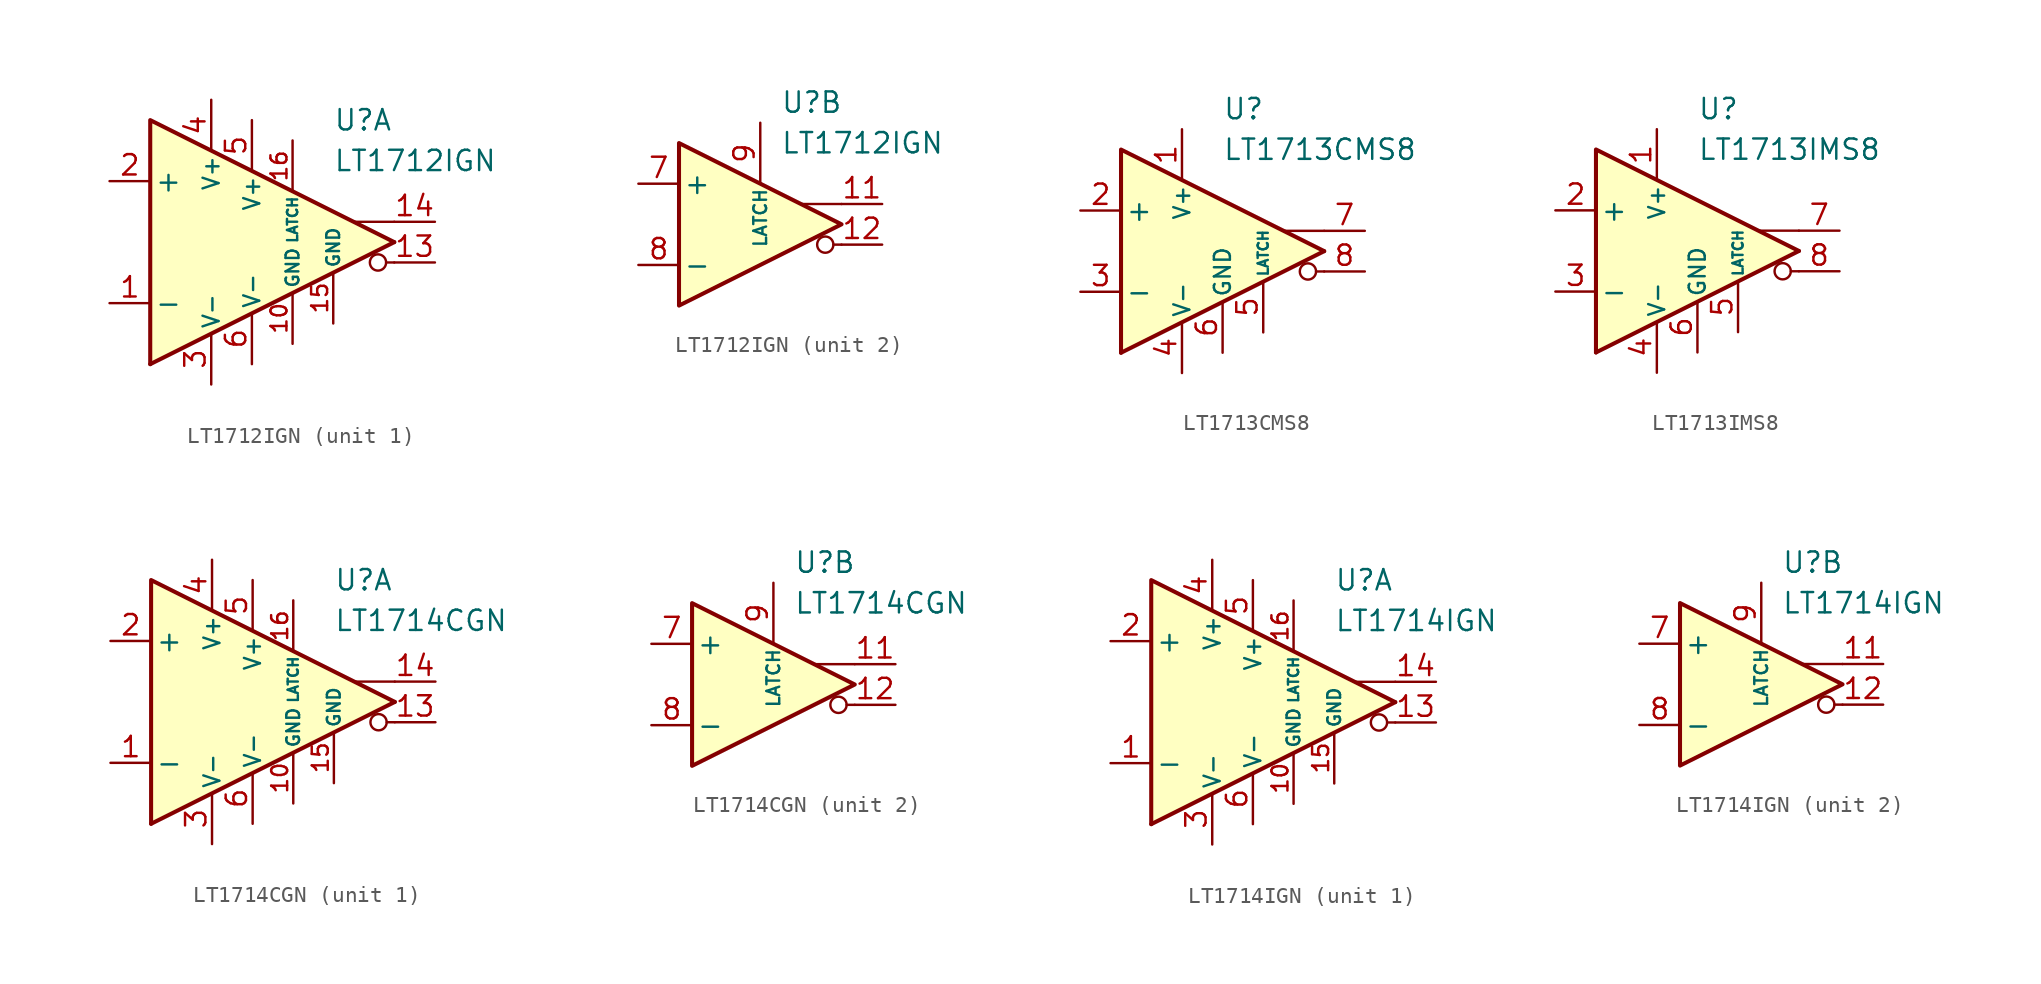
<source format=kicad_sym>
(kicad_symbol_lib
  (version 20211014)
  (generator kicad_symbol_editor)
  (symbol "LT1712IGN"
    (pin_names
      (offset 0.254))
    (property "Reference" "U"
      (at 2.54 7.62 0)
      (effects (font (size 1.27 1.27)) (justify left)))
    (property "Value" "LT1712IGN"
      (at 2.54 5.08 0)
      (effects (font (size 1.27 1.27)) (justify left)))
    (property "ki_locked" ""
      (at 0 0 0)
      (effects (font (size 1.27 1.27))))
    (symbol "LT1712IGN_0_0"
      (polyline (pts (xy 6.35 -1.27) (xy 5.842 -1.27)) (stroke (width 0.152) (type default) (color 0 0 0 0)) (fill (type none)))
      (polyline (pts (xy 6.35 1.27) (xy 3.81 1.27)) (stroke (width 0.152) (type default) (color 0 0 0 0)) (fill (type none)))
      (circle (center 5.334 -1.27) (radius 0.508) (stroke (width 0.152) (type default) (color 0 0 0 0)) (fill (type none))))
    (symbol "LT1712IGN_1_0"
      (polyline (pts (xy 6.35 0) (xy -8.89 -7.62)) (stroke (width 0.254) (type default) (color 0 0 0 0)) (fill (type none)))
      (polyline (pts (xy 6.35 0) (xy -8.89 7.62) (xy -8.89 -7.62)) (stroke (width 0.254) (type default) (color 0 0 0 0)) (fill (type background))))
    (symbol "LT1712IGN_1_1"
      (pin input line (at -11.43 -3.81 0) (length 2.54) (name "-" (effects (font (size 1.27 1.27)))) (number "1" (effects (font (size 1.27 1.27)))))
      (pin power_in line (at 0 -6.35 90) (length 3.18) (name "GND" (effects (font (size 0.8 0.8)))) (number "10" (effects (font (size 1 1)))))
      (pin output line (at 8.89 -1.27 180) (length 2.54) (name "~" (effects (font (size 1.27 1.27)))) (number "13" (effects (font (size 1.27 1.27)))))
      (pin output line (at 8.89 1.27 180) (length 2.54) (name "~" (effects (font (size 1.27 1.27)))) (number "14" (effects (font (size 1.27 1.27)))))
      (pin power_in line (at 2.54 -5.08 90) (length 3.18) (name "GND" (effects (font (size 0.8 0.8)))) (number "15" (effects (font (size 1 1)))))
      (pin input line (at 0 6.35 270) (length 3.18) (name "LATCH" (effects (font (size 0.635 0.635)))) (number "16" (effects (font (size 1 1)))))
      (pin input line (at -11.43 3.81 0) (length 2.54) (name "+" (effects (font (size 1.27 1.27)))) (number "2" (effects (font (size 1.27 1.27)))))
      (pin power_in line (at -5.08 -8.89 90) (length 3.18) (name "V-" (effects (font (size 1 1)))) (number "3" (effects (font (size 1.27 1.27)))))
      (pin power_in line (at -5.08 8.89 270) (length 3.18) (name "V+" (effects (font (size 1 1)))) (number "4" (effects (font (size 1.27 1.27)))))
      (pin power_in line (at -2.54 7.62 270) (length 3.18) (name "V+" (effects (font (size 1 1)))) (number "5" (effects (font (size 1.27 1.27)))))
      (pin power_in line (at -2.54 -7.62 90) (length 3.18) (name "V-" (effects (font (size 1 1)))) (number "6" (effects (font (size 1.27 1.27))))))
    (symbol "LT1712IGN_2_0"
      (polyline (pts (xy 6.35 0) (xy -3.81 5.08) (xy -3.81 -5.08) (xy 6.35 0)) (stroke (width 0.254) (type default) (color 0 0 0 0)) (fill (type background))))
    (symbol "LT1712IGN_2_1"
      (pin output line (at 8.89 1.27 180) (length 2.54) (name "~" (effects (font (size 1.27 1.27)))) (number "11" (effects (font (size 1.27 1.27)))))
      (pin output line (at 8.89 -1.27 180) (length 2.54) (name "~" (effects (font (size 1.27 1.27)))) (number "12" (effects (font (size 1.27 1.27)))))
      (pin input line (at -6.35 2.54 0) (length 2.54) (name "+" (effects (font (size 1.27 1.27)))) (number "7" (effects (font (size 1.27 1.27)))))
      (pin input line (at -6.35 -2.54 0) (length 2.54) (name "-" (effects (font (size 1.27 1.27)))) (number "8" (effects (font (size 1.27 1.27)))))
      (pin input line (at 1.27 6.35 270) (length 3.81) (name "LATCH" (effects (font (size 0.8 0.8)))) (number "9" (effects (font (size 1.27 1.27)))))))
  (symbol "LT1713CMS8"
    (pin_names
      (offset 0.254))
    (property "Reference" "U"
      (at 0 8.89 0)
      (effects (font (size 1.27 1.27)) (justify left)))
    (property "Value" "LT1713CMS8"
      (at 0 6.35 0)
      (effects (font (size 1.27 1.27)) (justify left)))
    (symbol "LT1713CMS8_0_0"
      (polyline (pts (xy 6.35 -1.27) (xy 5.842 -1.27)) (stroke (width 0.152) (type default) (color 0 0 0 0)) (fill (type none)))
      (polyline (pts (xy 6.35 0) (xy -6.35 -6.35)) (stroke (width 0.254) (type default) (color 0 0 0 0)) (fill (type none)))
      (polyline (pts (xy 6.35 1.27) (xy 3.81 1.27)) (stroke (width 0.152) (type default) (color 0 0 0 0)) (fill (type none)))
      (polyline (pts (xy 6.35 0) (xy -6.35 6.35) (xy -6.35 -6.35)) (stroke (width 0.254) (type default) (color 0 0 0 0)) (fill (type background)))
      (circle (center 5.334 -1.27) (radius 0.508) (stroke (width 0.152) (type default) (color 0 0 0 0)) (fill (type none))))
    (symbol "LT1713CMS8_1_1"
      (pin power_in line (at -2.54 7.62 270) (length 3.18) (name "V+" (effects (font (size 1 1)))) (number "1" (effects (font (size 1.27 1.27)))))
      (pin input line (at -8.89 2.54 0) (length 2.54) (name "+" (effects (font (size 1.27 1.27)))) (number "2" (effects (font (size 1.27 1.27)))))
      (pin input line (at -8.89 -2.54 0) (length 2.54) (name "-" (effects (font (size 1.27 1.27)))) (number "3" (effects (font (size 1.27 1.27)))))
      (pin power_in line (at -2.54 -7.62 90) (length 3.18) (name "V-" (effects (font (size 1 1)))) (number "4" (effects (font (size 1.27 1.27)))))
      (pin input line (at 2.54 -5.08 90) (length 3.18) (name "LATCH" (effects (font (size 0.635 0.635)))) (number "5" (effects (font (size 1.27 1.27)))))
      (pin power_in line (at 0 -6.35 90) (length 3.18) (name "GND" (effects (font (size 1 1)))) (number "6" (effects (font (size 1.27 1.27)))))
      (pin output line (at 8.89 1.27 180) (length 2.54) (name "~" (effects (font (size 1.27 1.27)))) (number "7" (effects (font (size 1.27 1.27)))))
      (pin output line (at 8.89 -1.27 180) (length 2.54) (name "~" (effects (font (size 1.27 1.27)))) (number "8" (effects (font (size 1.27 1.27)))))))
  (symbol "LT1713IMS8"
    (pin_names
      (offset 0.254))
    (property "Reference" "U"
      (at 0 8.89 0)
      (effects (font (size 1.27 1.27)) (justify left)))
    (property "Value" "LT1713IMS8"
      (at 0 6.35 0)
      (effects (font (size 1.27 1.27)) (justify left)))
    (symbol "LT1713IMS8_0_0"
      (polyline (pts (xy 6.35 -1.27) (xy 5.842 -1.27)) (stroke (width 0.152) (type default) (color 0 0 0 0)) (fill (type none)))
      (polyline (pts (xy 6.35 0) (xy -6.35 -6.35)) (stroke (width 0.254) (type default) (color 0 0 0 0)) (fill (type none)))
      (polyline (pts (xy 6.35 1.27) (xy 3.81 1.27)) (stroke (width 0.152) (type default) (color 0 0 0 0)) (fill (type none)))
      (polyline (pts (xy 6.35 0) (xy -6.35 6.35) (xy -6.35 -6.35)) (stroke (width 0.254) (type default) (color 0 0 0 0)) (fill (type background)))
      (circle (center 5.334 -1.27) (radius 0.508) (stroke (width 0.152) (type default) (color 0 0 0 0)) (fill (type none))))
    (symbol "LT1713IMS8_1_1"
      (pin power_in line (at -2.54 7.62 270) (length 3.18) (name "V+" (effects (font (size 1 1)))) (number "1" (effects (font (size 1.27 1.27)))))
      (pin input line (at -8.89 2.54 0) (length 2.54) (name "+" (effects (font (size 1.27 1.27)))) (number "2" (effects (font (size 1.27 1.27)))))
      (pin input line (at -8.89 -2.54 0) (length 2.54) (name "-" (effects (font (size 1.27 1.27)))) (number "3" (effects (font (size 1.27 1.27)))))
      (pin power_in line (at -2.54 -7.62 90) (length 3.18) (name "V-" (effects (font (size 1 1)))) (number "4" (effects (font (size 1.27 1.27)))))
      (pin input line (at 2.54 -5.08 90) (length 3.18) (name "LATCH" (effects (font (size 0.635 0.635)))) (number "5" (effects (font (size 1.27 1.27)))))
      (pin power_in line (at 0 -6.35 90) (length 3.18) (name "GND" (effects (font (size 1 1)))) (number "6" (effects (font (size 1.27 1.27)))))
      (pin output line (at 8.89 1.27 180) (length 2.54) (name "~" (effects (font (size 1.27 1.27)))) (number "7" (effects (font (size 1.27 1.27)))))
      (pin output line (at 8.89 -1.27 180) (length 2.54) (name "~" (effects (font (size 1.27 1.27)))) (number "8" (effects (font (size 1.27 1.27)))))))
  (symbol "LT1714CGN"
    (pin_names
      (offset 0.254))
    (property "Reference" "U"
      (at 2.54 7.62 0)
      (effects (font (size 1.27 1.27)) (justify left)))
    (property "Value" "LT1714CGN"
      (at 2.54 5.08 0)
      (effects (font (size 1.27 1.27)) (justify left)))
    (property "ki_locked" ""
      (at 0 0 0)
      (effects (font (size 1.27 1.27))))
    (symbol "LT1714CGN_0_0"
      (polyline (pts (xy 6.35 -1.27) (xy 5.842 -1.27)) (stroke (width 0.152) (type default) (color 0 0 0 0)) (fill (type none)))
      (polyline (pts (xy 6.35 1.27) (xy 3.81 1.27)) (stroke (width 0.152) (type default) (color 0 0 0 0)) (fill (type none)))
      (circle (center 5.334 -1.27) (radius 0.508) (stroke (width 0.152) (type default) (color 0 0 0 0)) (fill (type none))))
    (symbol "LT1714CGN_1_0"
      (polyline (pts (xy 6.35 0) (xy -8.89 -7.62)) (stroke (width 0.254) (type default) (color 0 0 0 0)) (fill (type none)))
      (polyline (pts (xy 6.35 0) (xy -8.89 7.62) (xy -8.89 -7.62)) (stroke (width 0.254) (type default) (color 0 0 0 0)) (fill (type background))))
    (symbol "LT1714CGN_1_1"
      (pin input line (at -11.43 -3.81 0) (length 2.54) (name "-" (effects (font (size 1.27 1.27)))) (number "1" (effects (font (size 1.27 1.27)))))
      (pin power_in line (at 0 -6.35 90) (length 3.18) (name "GND" (effects (font (size 0.8 0.8)))) (number "10" (effects (font (size 1 1)))))
      (pin output line (at 8.89 -1.27 180) (length 2.54) (name "~" (effects (font (size 1.27 1.27)))) (number "13" (effects (font (size 1.27 1.27)))))
      (pin output line (at 8.89 1.27 180) (length 2.54) (name "~" (effects (font (size 1.27 1.27)))) (number "14" (effects (font (size 1.27 1.27)))))
      (pin power_in line (at 2.54 -5.08 90) (length 3.18) (name "GND" (effects (font (size 0.8 0.8)))) (number "15" (effects (font (size 1 1)))))
      (pin input line (at 0 6.35 270) (length 3.18) (name "LATCH" (effects (font (size 0.635 0.635)))) (number "16" (effects (font (size 1 1)))))
      (pin input line (at -11.43 3.81 0) (length 2.54) (name "+" (effects (font (size 1.27 1.27)))) (number "2" (effects (font (size 1.27 1.27)))))
      (pin power_in line (at -5.08 -8.89 90) (length 3.18) (name "V-" (effects (font (size 1 1)))) (number "3" (effects (font (size 1.27 1.27)))))
      (pin power_in line (at -5.08 8.89 270) (length 3.18) (name "V+" (effects (font (size 1 1)))) (number "4" (effects (font (size 1.27 1.27)))))
      (pin power_in line (at -2.54 7.62 270) (length 3.18) (name "V+" (effects (font (size 1 1)))) (number "5" (effects (font (size 1.27 1.27)))))
      (pin power_in line (at -2.54 -7.62 90) (length 3.18) (name "V-" (effects (font (size 1 1)))) (number "6" (effects (font (size 1.27 1.27))))))
    (symbol "LT1714CGN_2_0"
      (polyline (pts (xy 6.35 0) (xy -3.81 5.08) (xy -3.81 -5.08) (xy 6.35 0)) (stroke (width 0.254) (type default) (color 0 0 0 0)) (fill (type background))))
    (symbol "LT1714CGN_2_1"
      (pin output line (at 8.89 1.27 180) (length 2.54) (name "~" (effects (font (size 1.27 1.27)))) (number "11" (effects (font (size 1.27 1.27)))))
      (pin output line (at 8.89 -1.27 180) (length 2.54) (name "~" (effects (font (size 1.27 1.27)))) (number "12" (effects (font (size 1.27 1.27)))))
      (pin input line (at -6.35 2.54 0) (length 2.54) (name "+" (effects (font (size 1.27 1.27)))) (number "7" (effects (font (size 1.27 1.27)))))
      (pin input line (at -6.35 -2.54 0) (length 2.54) (name "-" (effects (font (size 1.27 1.27)))) (number "8" (effects (font (size 1.27 1.27)))))
      (pin input line (at 1.27 6.35 270) (length 3.81) (name "LATCH" (effects (font (size 0.8 0.8)))) (number "9" (effects (font (size 1.27 1.27)))))))
  (symbol "LT1714IGN"
    (pin_names
      (offset 0.254))
    (property "Reference" "U"
      (at 2.54 7.62 0)
      (effects (font (size 1.27 1.27)) (justify left)))
    (property "Value" "LT1714IGN"
      (at 2.54 5.08 0)
      (effects (font (size 1.27 1.27)) (justify left)))
    (property "ki_locked" ""
      (at 0 0 0)
      (effects (font (size 1.27 1.27))))
    (symbol "LT1714IGN_0_0"
      (polyline (pts (xy 6.35 -1.27) (xy 5.842 -1.27)) (stroke (width 0.152) (type default) (color 0 0 0 0)) (fill (type none)))
      (polyline (pts (xy 6.35 1.27) (xy 3.81 1.27)) (stroke (width 0.152) (type default) (color 0 0 0 0)) (fill (type none)))
      (circle (center 5.334 -1.27) (radius 0.508) (stroke (width 0.152) (type default) (color 0 0 0 0)) (fill (type none))))
    (symbol "LT1714IGN_1_0"
      (polyline (pts (xy 6.35 0) (xy -8.89 -7.62)) (stroke (width 0.254) (type default) (color 0 0 0 0)) (fill (type none)))
      (polyline (pts (xy 6.35 0) (xy -8.89 7.62) (xy -8.89 -7.62)) (stroke (width 0.254) (type default) (color 0 0 0 0)) (fill (type background))))
    (symbol "LT1714IGN_1_1"
      (pin input line (at -11.43 -3.81 0) (length 2.54) (name "-" (effects (font (size 1.27 1.27)))) (number "1" (effects (font (size 1.27 1.27)))))
      (pin power_in line (at 0 -6.35 90) (length 3.18) (name "GND" (effects (font (size 0.8 0.8)))) (number "10" (effects (font (size 1 1)))))
      (pin output line (at 8.89 -1.27 180) (length 2.54) (name "~" (effects (font (size 1.27 1.27)))) (number "13" (effects (font (size 1.27 1.27)))))
      (pin output line (at 8.89 1.27 180) (length 2.54) (name "~" (effects (font (size 1.27 1.27)))) (number "14" (effects (font (size 1.27 1.27)))))
      (pin power_in line (at 2.54 -5.08 90) (length 3.18) (name "GND" (effects (font (size 0.8 0.8)))) (number "15" (effects (font (size 1 1)))))
      (pin input line (at 0 6.35 270) (length 3.18) (name "LATCH" (effects (font (size 0.635 0.635)))) (number "16" (effects (font (size 1 1)))))
      (pin input line (at -11.43 3.81 0) (length 2.54) (name "+" (effects (font (size 1.27 1.27)))) (number "2" (effects (font (size 1.27 1.27)))))
      (pin power_in line (at -5.08 -8.89 90) (length 3.18) (name "V-" (effects (font (size 1 1)))) (number "3" (effects (font (size 1.27 1.27)))))
      (pin power_in line (at -5.08 8.89 270) (length 3.18) (name "V+" (effects (font (size 1 1)))) (number "4" (effects (font (size 1.27 1.27)))))
      (pin power_in line (at -2.54 7.62 270) (length 3.18) (name "V+" (effects (font (size 1 1)))) (number "5" (effects (font (size 1.27 1.27)))))
      (pin power_in line (at -2.54 -7.62 90) (length 3.18) (name "V-" (effects (font (size 1 1)))) (number "6" (effects (font (size 1.27 1.27))))))
    (symbol "LT1714IGN_2_0"
      (polyline (pts (xy 6.35 0) (xy -3.81 5.08) (xy -3.81 -5.08) (xy 6.35 0)) (stroke (width 0.254) (type default) (color 0 0 0 0)) (fill (type background))))
    (symbol "LT1714IGN_2_1"
      (pin output line (at 8.89 1.27 180) (length 2.54) (name "~" (effects (font (size 1.27 1.27)))) (number "11" (effects (font (size 1.27 1.27)))))
      (pin output line (at 8.89 -1.27 180) (length 2.54) (name "~" (effects (font (size 1.27 1.27)))) (number "12" (effects (font (size 1.27 1.27)))))
      (pin input line (at -6.35 2.54 0) (length 2.54) (name "+" (effects (font (size 1.27 1.27)))) (number "7" (effects (font (size 1.27 1.27)))))
      (pin input line (at -6.35 -2.54 0) (length 2.54) (name "-" (effects (font (size 1.27 1.27)))) (number "8" (effects (font (size 1.27 1.27)))))
      (pin input line (at 1.27 6.35 270) (length 3.81) (name "LATCH" (effects (font (size 0.8 0.8)))) (number "9" (effects (font (size 1.27 1.27))))))))
</source>
